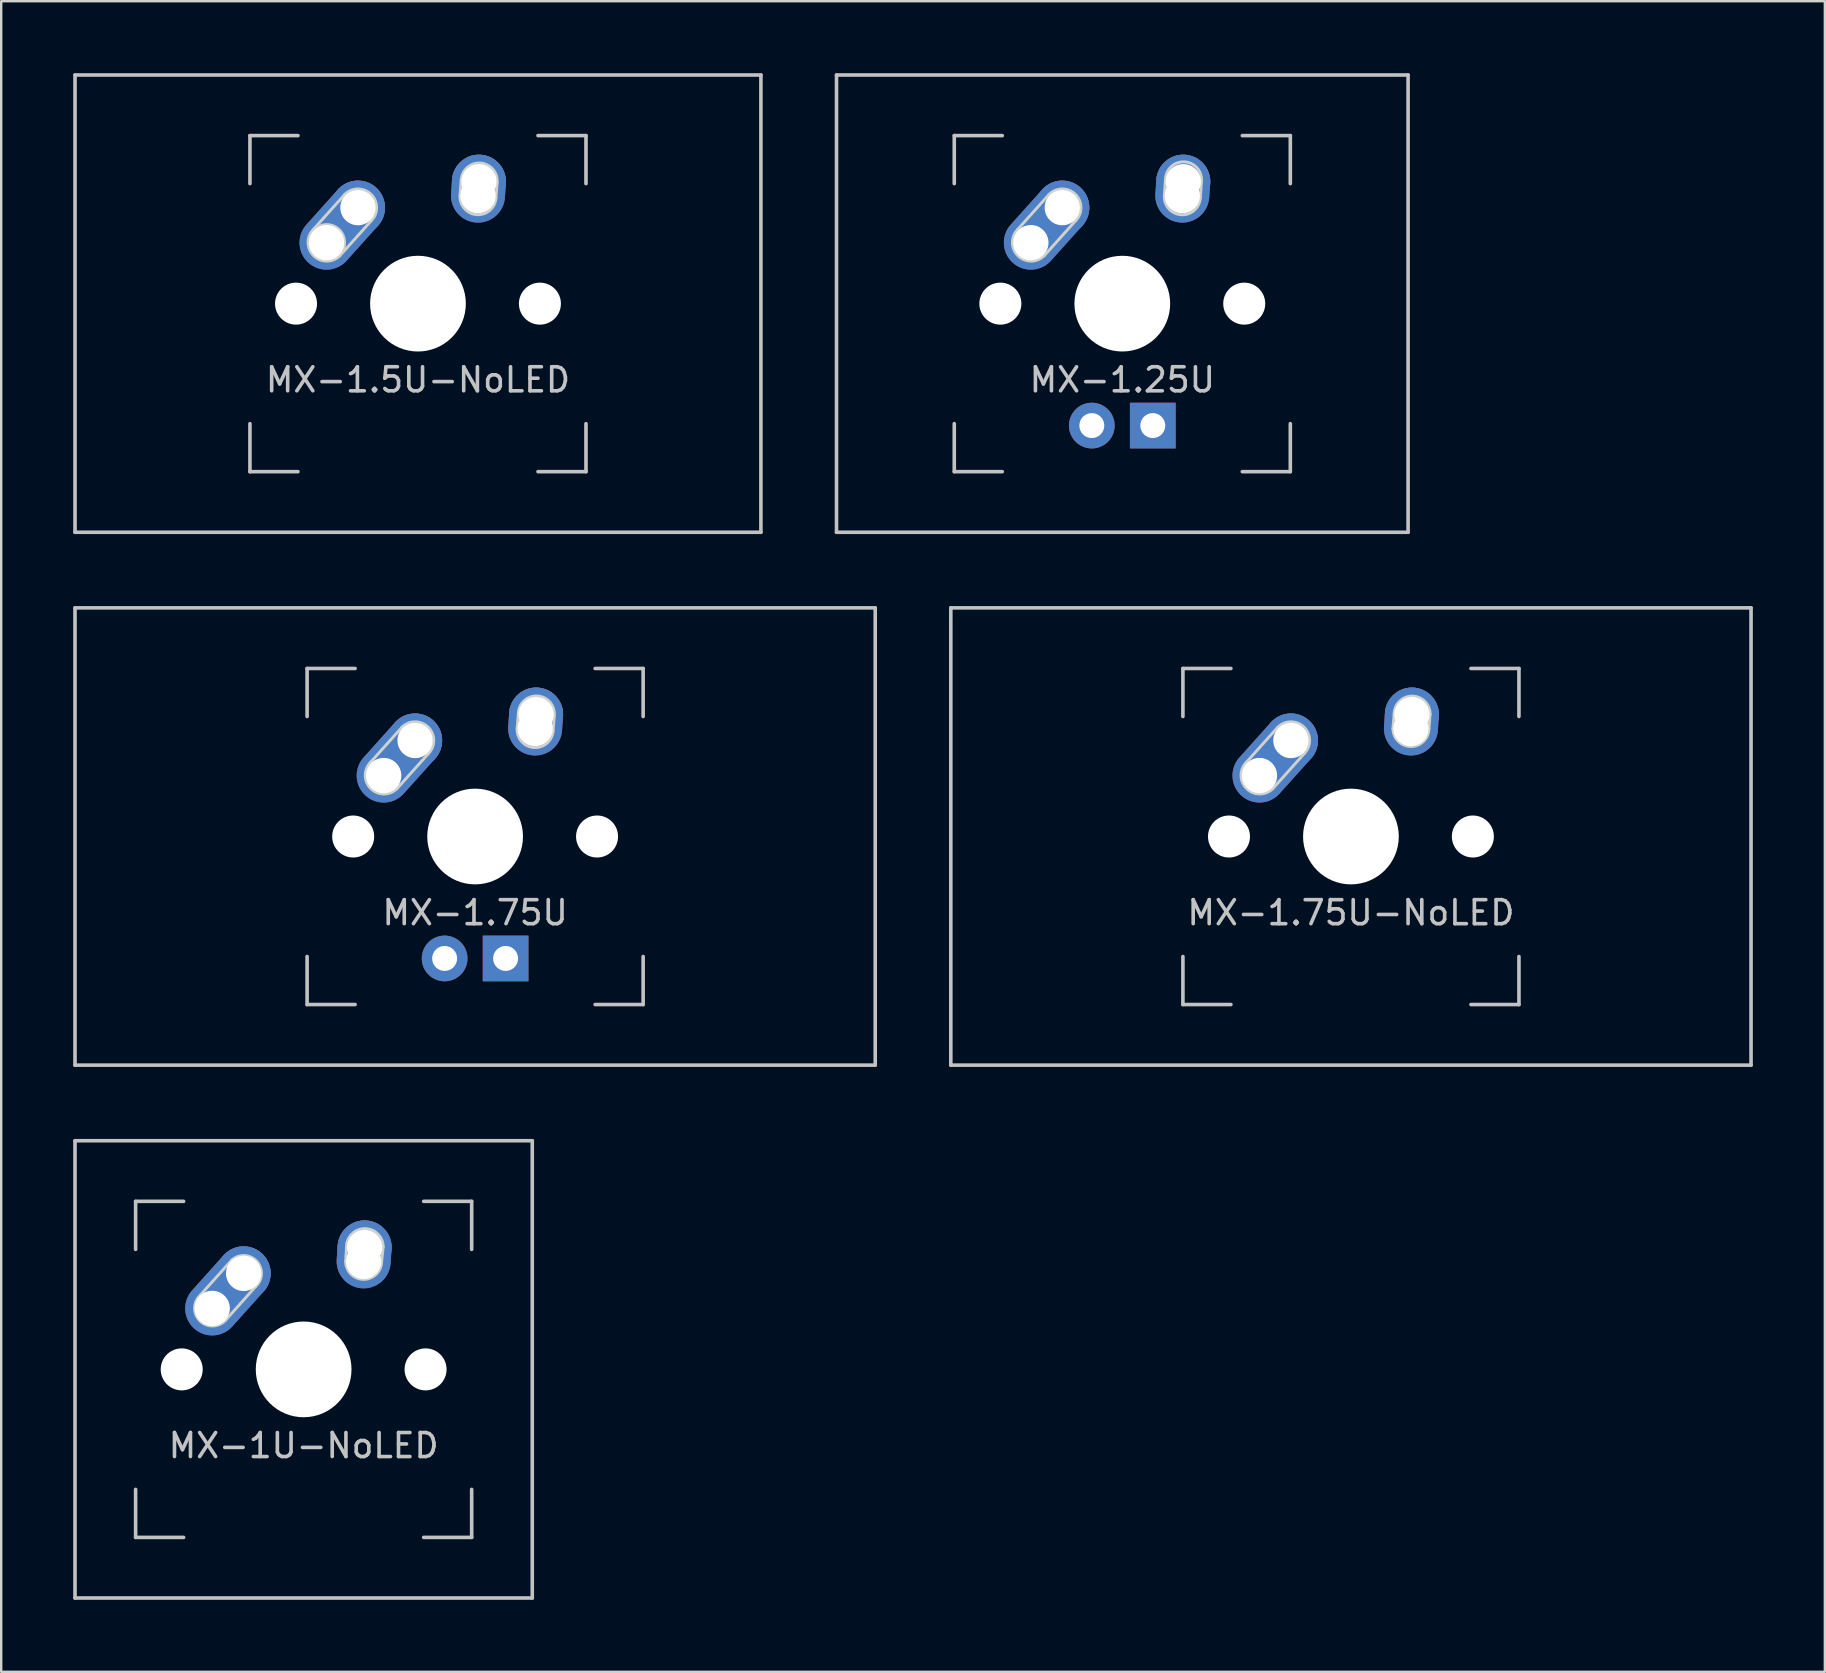
<source format=kicad_pcb>
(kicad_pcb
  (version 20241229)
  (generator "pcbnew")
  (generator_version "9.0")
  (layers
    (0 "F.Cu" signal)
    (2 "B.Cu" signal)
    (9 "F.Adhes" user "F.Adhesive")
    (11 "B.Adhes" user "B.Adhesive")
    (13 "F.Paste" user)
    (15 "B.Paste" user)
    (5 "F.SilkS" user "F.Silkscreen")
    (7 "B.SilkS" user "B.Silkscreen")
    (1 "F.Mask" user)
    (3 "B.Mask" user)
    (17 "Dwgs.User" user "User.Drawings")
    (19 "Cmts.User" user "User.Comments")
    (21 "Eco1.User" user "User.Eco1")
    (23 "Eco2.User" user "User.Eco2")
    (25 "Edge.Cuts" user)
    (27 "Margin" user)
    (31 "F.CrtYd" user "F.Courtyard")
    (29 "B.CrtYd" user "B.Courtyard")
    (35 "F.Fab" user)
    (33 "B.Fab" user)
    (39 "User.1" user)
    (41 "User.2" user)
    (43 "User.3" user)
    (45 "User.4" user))
  (footprint "MX-1.25U"
    (layer "F.Cu")
    (at 43.706 9.6)
    (property "Reference" "MX-1.25U" (at 0 3.175 0) (layer "Dwgs.User") (effects (font (size 1 1) (thickness 0.15))))
    (fp_line (start -11.906 -9.525) (end 11.906 -9.525) (stroke (width 0.15) (type solid)) (layer "Dwgs.User"))
    (fp_line (start -11.906 9.525) (end -11.906 -9.525) (stroke (width 0.15) (type solid)) (layer "Dwgs.User"))
    (fp_line (start -7 -7) (end -7 -5) (stroke (width 0.15) (type solid)) (layer "Dwgs.User"))
    (fp_line (start -7 5) (end -7 7) (stroke (width 0.15) (type solid)) (layer "Dwgs.User"))
    (fp_line (start -7 7) (end -5 7) (stroke (width 0.15) (type solid)) (layer "Dwgs.User"))
    (fp_line (start -5 -7) (end -7 -7) (stroke (width 0.15) (type solid)) (layer "Dwgs.User"))
    (fp_line (start 5 -7) (end 7 -7) (stroke (width 0.15) (type solid)) (layer "Dwgs.User"))
    (fp_line (start 5 7) (end 7 7) (stroke (width 0.15) (type solid)) (layer "Dwgs.User"))
    (fp_line (start 7 -7) (end 7 -5) (stroke (width 0.15) (type solid)) (layer "Dwgs.User"))
    (fp_line (start 7 7) (end 7 5) (stroke (width 0.15) (type solid)) (layer "Dwgs.User"))
    (fp_line (start 11.906 -9.525) (end 11.906 9.525) (stroke (width 0.15) (type solid)) (layer "Dwgs.User"))
    (fp_line (start 11.906 9.525) (end -11.906 9.525) (stroke (width 0.15) (type solid)) (layer "Dwgs.User"))
    (fp_line (start -3.05 -4.55) (end -4.35 -3.1) (stroke (width 0.12) (type solid)) (layer "Edge.Cuts"))
    (fp_line (start -1.95 -3.45) (end -3.25 -2) (stroke (width 0.12) (type solid)) (layer "Edge.Cuts"))
    (fp_line (start 1.8 -5.2) (end 1.75 -4.494) (stroke (width 0.12) (type solid)) (layer "Edge.Cuts"))
    (fp_line (start 3.3 -5.1) (end 3.25 -4.4) (stroke (width 0.12) (type solid)) (layer "Edge.Cuts"))
    (fp_arc (start -3.25 -2) (mid -4.35 -2) (end -4.35 -3.1) (stroke (width 0.12) (type solid)) (layer "Edge.Cuts"))
    (fp_arc (start -3.05 -4.55) (mid -1.95 -4.55) (end -1.95 -3.45) (stroke (width 0.12) (type solid)) (layer "Edge.Cuts"))
    (fp_arc (start 1.800001 -5.2) (mid 2.6 -5.899999) (end 3.299999 -5.1) (stroke (width 0.12) (type solid)) (layer "Edge.Cuts"))
    (fp_arc (start 3.249999 -4.4) (mid 2.45293 -3.699811) (end 1.749633 -4.494139) (stroke (width 0.12) (type solid)) (layer "Edge.Cuts"))
    (pad "" np_thru_hole circle (at -5.08 0 48.1) (size 1.75 1.75) (drill 1.75) (layers "*.Cu" "*.Mask"))
    (pad "" np_thru_hole circle (at 0 0) (size 3.988 3.988) (drill 3.988) (layers "*.Cu" "*.Mask"))
    (pad "" np_thru_hole circle (at 5.08 0 48.1) (size 1.75 1.75) (drill 1.75) (layers "*.Cu" "*.Mask"))
    (pad "1" thru_hole oval (at -3.81 -2.54 48.1) (size 4.212 2.25) (drill 1.47 (offset 0.981 0)) (layers "*.Cu" "B.Mask"))
    (pad "1" thru_hole circle (at -2.5 -4) (size 2.25 2.25) (drill 1.47) (layers "*.Cu" "B.Mask"))
    (pad "2" thru_hole oval (at 2.5 -4.5 86.055) (size 2.831 2.25) (drill 1.47 (offset 0.291 0)) (layers "*.Cu" "B.Mask"))
    (pad "2" thru_hole circle (at 2.54 -5.08) (size 2.25 2.25) (drill 1.47) (layers "*.Cu" "B.Mask"))
    (pad "3" thru_hole circle (at -1.27 5.08) (size 1.905 1.905) (drill 1.04) (layers "*.Cu" "B.Mask"))
    (pad "4" thru_hole rect (at 1.27 5.08) (size 1.905 1.905) (drill 1.04) (layers "*.Cu" "B.Mask")))
  (footprint "MX-1.5U-NoLED"
    (layer "F.Cu")
    (at 14.363 9.6)
    (property "Reference" "MX-1.5U-NoLED" (at 0 3.175 0) (layer "Dwgs.User") (effects (font (size 1 1) (thickness 0.15))))
    (fp_line (start -14.287 -9.525) (end 14.287 -9.525) (stroke (width 0.15) (type solid)) (layer "Dwgs.User"))
    (fp_line (start -14.287 9.525) (end -14.287 -9.525) (stroke (width 0.15) (type solid)) (layer "Dwgs.User"))
    (fp_line (start -7 -7) (end -7 -5) (stroke (width 0.15) (type solid)) (layer "Dwgs.User"))
    (fp_line (start -7 5) (end -7 7) (stroke (width 0.15) (type solid)) (layer "Dwgs.User"))
    (fp_line (start -7 7) (end -5 7) (stroke (width 0.15) (type solid)) (layer "Dwgs.User"))
    (fp_line (start -5 -7) (end -7 -7) (stroke (width 0.15) (type solid)) (layer "Dwgs.User"))
    (fp_line (start 5 -7) (end 7 -7) (stroke (width 0.15) (type solid)) (layer "Dwgs.User"))
    (fp_line (start 5 7) (end 7 7) (stroke (width 0.15) (type solid)) (layer "Dwgs.User"))
    (fp_line (start 7 -7) (end 7 -5) (stroke (width 0.15) (type solid)) (layer "Dwgs.User"))
    (fp_line (start 7 7) (end 7 5) (stroke (width 0.15) (type solid)) (layer "Dwgs.User"))
    (fp_line (start 14.287 -9.525) (end 14.287 9.525) (stroke (width 0.15) (type solid)) (layer "Dwgs.User"))
    (fp_line (start 14.287 9.525) (end -14.287 9.525) (stroke (width 0.15) (type solid)) (layer "Dwgs.User"))
    (fp_line (start -4.35 -3.1) (end -3.05 -4.55) (stroke (width 0.12) (type solid)) (layer "Edge.Cuts"))
    (fp_line (start -1.95 -3.45) (end -3.25 -2) (stroke (width 0.12) (type solid)) (layer "Edge.Cuts"))
    (fp_line (start 1.8 -5.15) (end 1.75 -4.5) (stroke (width 0.12) (type solid)) (layer "Edge.Cuts"))
    (fp_line (start 3.3 -5.05) (end 3.25 -4.4) (stroke (width 0.12) (type solid)) (layer "Edge.Cuts"))
    (fp_arc (start -4.3 -3.1) (mid -3.3 -2) (end -4.3 -3.1) (stroke (width 0.12) (type solid)) (layer "Edge.Cuts"))
    (fp_arc (start -3.25 -2) (mid -4.35 -2) (end -4.35 -3.1) (stroke (width 0.12) (type solid)) (layer "Edge.Cuts"))
    (fp_arc (start -3.05 -4.55) (mid -1.95 -4.55) (end -1.95 -3.45) (stroke (width 0.12) (type solid)) (layer "Edge.Cuts"))
    (fp_arc (start 1.800001 -5.15) (mid 2.6 -5.849999) (end 3.299999 -5.05) (stroke (width 0.12) (type solid)) (layer "Edge.Cuts"))
    (fp_arc (start 3.249999 -4.4) (mid 2.45 -3.700001) (end 1.750001 -4.5) (stroke (width 0.12) (type solid)) (layer "Edge.Cuts"))
    (pad "" np_thru_hole circle (at -5.08 0 48.1) (size 1.75 1.75) (drill 1.75) (layers "*.Cu" "*.Mask"))
    (pad "" np_thru_hole circle (at 0 0) (size 3.988 3.988) (drill 3.988) (layers "*.Cu" "*.Mask"))
    (pad "" np_thru_hole circle (at 5.08 0 48.1) (size 1.75 1.75) (drill 1.75) (layers "*.Cu" "*.Mask"))
    (pad "1" thru_hole oval (at -3.81 -2.54 48.1) (size 4.212 2.25) (drill 1.47 (offset 0.981 0)) (layers "*.Cu" "B.Mask"))
    (pad "1" thru_hole circle (at -2.5 -4) (size 2.25 2.25) (drill 1.47) (layers "*.Cu" "B.Mask"))
    (pad "2" thru_hole oval (at 2.5 -4.5 86.055) (size 2.831 2.25) (drill 1.47 (offset 0.291 0)) (layers "*.Cu" "B.Mask"))
    (pad "2" thru_hole circle (at 2.54 -5.08) (size 2.25 2.25) (drill 1.47) (layers "*.Cu" "B.Mask")))
  (footprint "MX-1.75U"
    (layer "F.Cu")
    (at 16.744 31.8)
    (property "Reference" "MX-1.75U" (at 0 3.175 0) (layer "Dwgs.User") (effects (font (size 1 1) (thickness 0.15))))
    (fp_line (start -16.669 -9.525) (end 16.669 -9.525) (stroke (width 0.15) (type solid)) (layer "Dwgs.User"))
    (fp_line (start -16.669 9.525) (end -16.669 -9.525) (stroke (width 0.15) (type solid)) (layer "Dwgs.User"))
    (fp_line (start -7 -7) (end -7 -5) (stroke (width 0.15) (type solid)) (layer "Dwgs.User"))
    (fp_line (start -7 5) (end -7 7) (stroke (width 0.15) (type solid)) (layer "Dwgs.User"))
    (fp_line (start -7 7) (end -5 7) (stroke (width 0.15) (type solid)) (layer "Dwgs.User"))
    (fp_line (start -5 -7) (end -7 -7) (stroke (width 0.15) (type solid)) (layer "Dwgs.User"))
    (fp_line (start 5 -7) (end 7 -7) (stroke (width 0.15) (type solid)) (layer "Dwgs.User"))
    (fp_line (start 5 7) (end 7 7) (stroke (width 0.15) (type solid)) (layer "Dwgs.User"))
    (fp_line (start 7 -7) (end 7 -5) (stroke (width 0.15) (type solid)) (layer "Dwgs.User"))
    (fp_line (start 7 7) (end 7 5) (stroke (width 0.15) (type solid)) (layer "Dwgs.User"))
    (fp_line (start 16.669 -9.525) (end 16.669 9.525) (stroke (width 0.15) (type solid)) (layer "Dwgs.User"))
    (fp_line (start 16.669 9.525) (end -16.669 9.525) (stroke (width 0.15) (type solid)) (layer "Dwgs.User"))
    (fp_line (start -3.05 -4.55) (end -4.35 -3.1) (stroke (width 0.12) (type solid)) (layer "Edge.Cuts"))
    (fp_line (start -1.95 -3.45) (end -3.25 -2) (stroke (width 0.12) (type solid)) (layer "Edge.Cuts"))
    (fp_line (start 1.8 -5.147) (end 1.75 -4.5) (stroke (width 0.12) (type solid)) (layer "Edge.Cuts"))
    (fp_line (start 3.3 -5.05) (end 3.25 -4.4) (stroke (width 0.12) (type solid)) (layer "Edge.Cuts"))
    (fp_arc (start -3.25 -2) (mid -4.35 -2) (end -4.35 -3.1) (stroke (width 0.12) (type solid)) (layer "Edge.Cuts"))
    (fp_arc (start -3.05 -4.55) (mid -1.95 -4.55) (end -1.95 -3.45) (stroke (width 0.12) (type solid)) (layer "Edge.Cuts"))
    (fp_arc (start 1.7998 -5.146888) (mid 2.598444 -5.850101) (end 3.299999 -5.05) (stroke (width 0.12) (type solid)) (layer "Edge.Cuts"))
    (fp_arc (start 3.249999 -4.4) (mid 2.45 -3.700001) (end 1.750001 -4.5) (stroke (width 0.12) (type solid)) (layer "Edge.Cuts"))
    (pad "" np_thru_hole circle (at -5.08 0 48.1) (size 1.75 1.75) (drill 1.75) (layers "*.Cu" "*.Mask"))
    (pad "" np_thru_hole circle (at 0 0) (size 3.988 3.988) (drill 3.988) (layers "*.Cu" "*.Mask"))
    (pad "" np_thru_hole circle (at 5.08 0 48.1) (size 1.75 1.75) (drill 1.75) (layers "*.Cu" "*.Mask"))
    (pad "1" thru_hole oval (at -3.81 -2.54 48.1) (size 4.212 2.25) (drill 1.47 (offset 0.981 0)) (layers "*.Cu" "B.Mask"))
    (pad "1" thru_hole circle (at -2.5 -4) (size 2.25 2.25) (drill 1.47) (layers "*.Cu" "B.Mask"))
    (pad "2" thru_hole oval (at 2.5 -4.5 86.055) (size 2.831 2.25) (drill 1.47 (offset 0.291 0)) (layers "*.Cu" "B.Mask"))
    (pad "2" thru_hole circle (at 2.54 -5.08) (size 2.25 2.25) (drill 1.47) (layers "*.Cu" "B.Mask"))
    (pad "3" thru_hole circle (at -1.27 5.08) (size 1.905 1.905) (drill 1.04) (layers "*.Cu" "B.Mask"))
    (pad "4" thru_hole rect (at 1.27 5.08) (size 1.905 1.905) (drill 1.04) (layers "*.Cu" "B.Mask")))
  (footprint "MX-1U-NoLED"
    (layer "F.Cu")
    (at 9.6 54)
    (property "Reference" "MX-1U-NoLED" (at 0 3.175 0) (layer "Dwgs.User") (effects (font (size 1 1) (thickness 0.15))))
    (attr through_hole)
    (fp_line (start -9.525 -9.525) (end 9.525 -9.525) (stroke (width 0.15) (type solid)) (layer "Dwgs.User"))
    (fp_line (start -9.525 9.525) (end -9.525 -9.525) (stroke (width 0.15) (type solid)) (layer "Dwgs.User"))
    (fp_line (start -7 -7) (end -7 -5) (stroke (width 0.15) (type solid)) (layer "Dwgs.User"))
    (fp_line (start -7 5) (end -7 7) (stroke (width 0.15) (type solid)) (layer "Dwgs.User"))
    (fp_line (start -7 7) (end -5 7) (stroke (width 0.15) (type solid)) (layer "Dwgs.User"))
    (fp_line (start -5 -7) (end -7 -7) (stroke (width 0.15) (type solid)) (layer "Dwgs.User"))
    (fp_line (start 5 -7) (end 7 -7) (stroke (width 0.15) (type solid)) (layer "Dwgs.User"))
    (fp_line (start 5 7) (end 7 7) (stroke (width 0.15) (type solid)) (layer "Dwgs.User"))
    (fp_line (start 7 -7) (end 7 -5) (stroke (width 0.15) (type solid)) (layer "Dwgs.User"))
    (fp_line (start 7 7) (end 7 5) (stroke (width 0.15) (type solid)) (layer "Dwgs.User"))
    (fp_line (start 9.525 -9.525) (end 9.525 9.525) (stroke (width 0.15) (type solid)) (layer "Dwgs.User"))
    (fp_line (start 9.525 9.525) (end -9.525 9.525) (stroke (width 0.15) (type solid)) (layer "Dwgs.User"))
    (fp_line (start -4.3 -3.1) (end -3 -4.55) (stroke (width 0.12) (type solid)) (layer "Edge.Cuts"))
    (fp_line (start -2.003 -3.448) (end -3.248 -2.053) (stroke (width 0.12) (type solid)) (layer "Edge.Cuts"))
    (fp_line (start 1.785 -5.1) (end 1.75 -4.5) (stroke (width 0.12) (type solid)) (layer "Edge.Cuts"))
    (fp_line (start 3.315 -5.1) (end 3.25 -4.5) (stroke (width 0.12) (type solid)) (layer "Edge.Cuts"))
    (fp_arc (start -3.247507 -2.052756) (mid -4.324279 -2.023093) (end -4.3 -3.1) (stroke (width 0.12) (type solid)) (layer "Edge.Cuts"))
    (fp_arc (start -3 -4.55) (mid -1.948752 -4.498624) (end -2.002756 -3.447507) (stroke (width 0.12) (type solid)) (layer "Edge.Cuts"))
    (fp_arc (start 1.785149 -5.1) (mid 1.788871 -5.175367) (end 1.800002 -5.25) (stroke (width 0.12) (type solid)) (layer "Edge.Cuts"))
    (fp_arc (start 1.800001 -5.25) (mid 2.625367 -5.86113) (end 3.314852 -5.1) (stroke (width 0.12) (type solid)) (layer "Edge.Cuts"))
    (fp_arc (start 3.25 -4.5) (mid 2.5 -3.75) (end 1.75 -4.5) (stroke (width 0.12) (type solid)) (layer "Edge.Cuts"))
    (pad "" np_thru_hole circle (at -5.08 0 48.1) (size 1.75 1.75) (drill 1.75) (layers "*.Cu" "*.Mask"))
    (pad "" np_thru_hole circle (at 0 0) (size 3.988 3.988) (drill 3.988) (layers "*.Cu" "*.Mask"))
    (pad "" np_thru_hole circle (at 5.08 0 48.1) (size 1.75 1.75) (drill 1.75) (layers "*.Cu" "*.Mask"))
    (pad "1" thru_hole oval (at -3.81 -2.54 48.1) (size 4.212 2.25) (drill 1.47 (offset 0.981 0)) (layers "*.Cu" "B.Mask"))
    (pad "1" thru_hole circle (at -2.5 -4) (size 2.25 2.25) (drill 1.47) (layers "*.Cu" "B.Mask"))
    (pad "2" thru_hole oval (at 2.5 -4.5 86.055) (size 2.831 2.25) (drill 1.47 (offset 0.291 0)) (layers "*.Cu" "B.Mask"))
    (pad "2" thru_hole circle (at 2.54 -5.08) (size 2.25 2.25) (drill 1.47) (layers "*.Cu" "B.Mask")))
  (footprint "MX-1.75U-NoLED"
    (layer "F.Cu")
    (at 53.231 31.8)
    (property "Reference" "MX-1.75U-NoLED" (at 0 3.175 0) (layer "Dwgs.User") (effects (font (size 1 1) (thickness 0.15))))
    (fp_line (start -16.669 -9.525) (end 16.669 -9.525) (stroke (width 0.15) (type solid)) (layer "Dwgs.User"))
    (fp_line (start -16.669 9.525) (end -16.669 -9.525) (stroke (width 0.15) (type solid)) (layer "Dwgs.User"))
    (fp_line (start -7 -7) (end -7 -5) (stroke (width 0.15) (type solid)) (layer "Dwgs.User"))
    (fp_line (start -7 5) (end -7 7) (stroke (width 0.15) (type solid)) (layer "Dwgs.User"))
    (fp_line (start -7 7) (end -5 7) (stroke (width 0.15) (type solid)) (layer "Dwgs.User"))
    (fp_line (start -5 -7) (end -7 -7) (stroke (width 0.15) (type solid)) (layer "Dwgs.User"))
    (fp_line (start 5 -7) (end 7 -7) (stroke (width 0.15) (type solid)) (layer "Dwgs.User"))
    (fp_line (start 5 7) (end 7 7) (stroke (width 0.15) (type solid)) (layer "Dwgs.User"))
    (fp_line (start 7 -7) (end 7 -5) (stroke (width 0.15) (type solid)) (layer "Dwgs.User"))
    (fp_line (start 7 7) (end 7 5) (stroke (width 0.15) (type solid)) (layer "Dwgs.User"))
    (fp_line (start 16.669 -9.525) (end 16.669 9.525) (stroke (width 0.15) (type solid)) (layer "Dwgs.User"))
    (fp_line (start 16.669 9.525) (end -16.669 9.525) (stroke (width 0.15) (type solid)) (layer "Dwgs.User"))
    (fp_line (start -4.35 -3.1) (end -3.05 -4.55) (stroke (width 0.12) (type solid)) (layer "Edge.Cuts"))
    (fp_line (start -1.95 -3.45) (end -3.25 -2) (stroke (width 0.12) (type solid)) (layer "Edge.Cuts"))
    (fp_line (start 1.8 -5.1) (end 1.75 -4.5) (stroke (width 0.12) (type solid)) (layer "Edge.Cuts"))
    (fp_line (start 3.3 -5.1) (end 3.25 -4.5) (stroke (width 0.12) (type solid)) (layer "Edge.Cuts"))
    (fp_arc (start -3.25 -2) (mid -4.35 -2) (end -4.35 -3.1) (stroke (width 0.12) (type solid)) (layer "Edge.Cuts"))
    (fp_arc (start -3.05 -4.55) (mid -1.95 -4.55) (end -1.95 -3.45) (stroke (width 0.12) (type solid)) (layer "Edge.Cuts"))
    (fp_arc (start 1.8 -5.1) (mid 2.55 -5.85) (end 3.3 -5.1) (stroke (width 0.12) (type solid)) (layer "Edge.Cuts"))
    (fp_arc (start 3.25 -4.5) (mid 2.5 -3.75) (end 1.75 -4.5) (stroke (width 0.12) (type solid)) (layer "Edge.Cuts"))
    (pad "" np_thru_hole circle (at -5.08 0 48.1) (size 1.75 1.75) (drill 1.75) (layers "*.Cu" "*.Mask"))
    (pad "" np_thru_hole circle (at 0 0) (size 3.988 3.988) (drill 3.988) (layers "*.Cu" "*.Mask"))
    (pad "" np_thru_hole circle (at 5.08 0 48.1) (size 1.75 1.75) (drill 1.75) (layers "*.Cu" "*.Mask"))
    (pad "1" thru_hole oval (at -3.81 -2.54 48.1) (size 4.212 2.25) (drill 1.47 (offset 0.981 0)) (layers "*.Cu" "B.Mask"))
    (pad "1" thru_hole circle (at -2.5 -4) (size 2.25 2.25) (drill 1.47) (layers "*.Cu" "B.Mask"))
    (pad "2" thru_hole oval (at 2.5 -4.5 86.055) (size 2.831 2.25) (drill 1.47 (offset 0.291 0)) (layers "*.Cu" "B.Mask"))
    (pad "2" thru_hole circle (at 2.54 -5.08) (size 2.25 2.25) (drill 1.47) (layers "*.Cu" "B.Mask")))
  (gr_rect
    (start -3 -3)
    (end 72.975 66.6)
    (stroke (width 0.1) (type default))
    (fill no)
    (layer "Edge.Cuts")))
</source>
